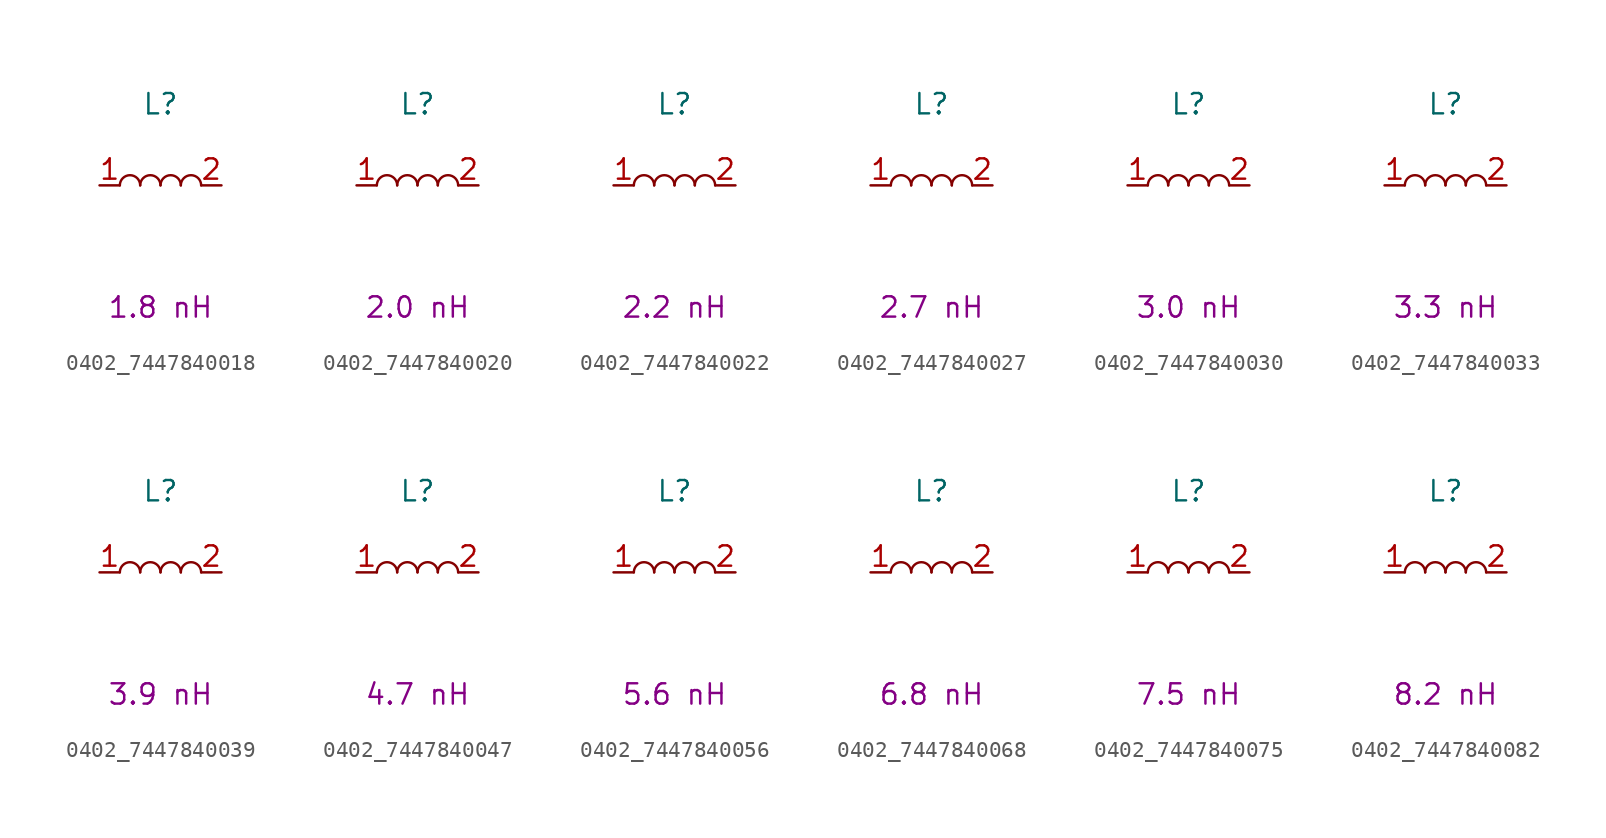
<source format=kicad_sym>
(kicad_symbol_lib
  (version 20220914)
  (generator kicad_symbol_editor)
  (symbol "0402_7447840018"
    (pin_names hide)
    (property "Reference" "L"
      (at 0 5.08 0)
      (effects (font (size 1.27 1.27))))
    (property "Critical Parameter" "1.8 nH"
      (at 0 -7.62 0)
      (effects (font (size 1.27 1.27))))
    (symbol "0402_7447840018_0_1"
      (arc (start -1.27 0) (mid -1.905 0.6323) (end -2.54 0) (stroke (width 0) (type default)) (fill (type none)))
      (arc (start 0 0) (mid -0.635 0.6323) (end -1.27 0) (stroke (width 0) (type default)) (fill (type none)))
      (arc (start 1.27 0) (mid 0.635 0.6323) (end 0 0) (stroke (width 0) (type default)) (fill (type none)))
      (arc (start 2.54 0) (mid 1.905 0.6323) (end 1.27 0) (stroke (width 0) (type default)) (fill (type none))))
    (symbol "0402_7447840018_1_1"
      (pin passive line (at -3.81 0 0) (length 1.27) (name "1" (effects (font (size 1.27 1.27)))) (number "1" (effects (font (size 1.27 1.27)))))
      (pin passive line (at 3.81 0 180) (length 1.27) (name "2" (effects (font (size 1.27 1.27)))) (number "2" (effects (font (size 1.27 1.27)))))))
  (symbol "0402_7447840020"
    (pin_names hide)
    (property "Reference" "L"
      (at 0 5.08 0)
      (effects (font (size 1.27 1.27))))
    (property "Critical Parameter" "2.0 nH"
      (at 0 -7.62 0)
      (effects (font (size 1.27 1.27))))
    (symbol "0402_7447840020_0_1"
      (arc (start -1.27 0) (mid -1.905 0.6323) (end -2.54 0) (stroke (width 0) (type default)) (fill (type none)))
      (arc (start 0 0) (mid -0.635 0.6323) (end -1.27 0) (stroke (width 0) (type default)) (fill (type none)))
      (arc (start 1.27 0) (mid 0.635 0.6323) (end 0 0) (stroke (width 0) (type default)) (fill (type none)))
      (arc (start 2.54 0) (mid 1.905 0.6323) (end 1.27 0) (stroke (width 0) (type default)) (fill (type none))))
    (symbol "0402_7447840020_1_1"
      (pin passive line (at -3.81 0 0) (length 1.27) (name "1" (effects (font (size 1.27 1.27)))) (number "1" (effects (font (size 1.27 1.27)))))
      (pin passive line (at 3.81 0 180) (length 1.27) (name "2" (effects (font (size 1.27 1.27)))) (number "2" (effects (font (size 1.27 1.27)))))))
  (symbol "0402_7447840022"
    (pin_names hide)
    (property "Reference" "L"
      (at 0 5.08 0)
      (effects (font (size 1.27 1.27))))
    (property "Critical Parameter" "2.2 nH"
      (at 0 -7.62 0)
      (effects (font (size 1.27 1.27))))
    (symbol "0402_7447840022_0_1"
      (arc (start -1.27 0) (mid -1.905 0.6323) (end -2.54 0) (stroke (width 0) (type default)) (fill (type none)))
      (arc (start 0 0) (mid -0.635 0.6323) (end -1.27 0) (stroke (width 0) (type default)) (fill (type none)))
      (arc (start 1.27 0) (mid 0.635 0.6323) (end 0 0) (stroke (width 0) (type default)) (fill (type none)))
      (arc (start 2.54 0) (mid 1.905 0.6323) (end 1.27 0) (stroke (width 0) (type default)) (fill (type none))))
    (symbol "0402_7447840022_1_1"
      (pin passive line (at -3.81 0 0) (length 1.27) (name "1" (effects (font (size 1.27 1.27)))) (number "1" (effects (font (size 1.27 1.27)))))
      (pin passive line (at 3.81 0 180) (length 1.27) (name "2" (effects (font (size 1.27 1.27)))) (number "2" (effects (font (size 1.27 1.27)))))))
  (symbol "0402_7447840027"
    (pin_names hide)
    (property "Reference" "L"
      (at 0 5.08 0)
      (effects (font (size 1.27 1.27))))
    (property "Critical Parameter" "2.7 nH"
      (at 0 -7.62 0)
      (effects (font (size 1.27 1.27))))
    (symbol "0402_7447840027_0_1"
      (arc (start -1.27 0) (mid -1.905 0.6323) (end -2.54 0) (stroke (width 0) (type default)) (fill (type none)))
      (arc (start 0 0) (mid -0.635 0.6323) (end -1.27 0) (stroke (width 0) (type default)) (fill (type none)))
      (arc (start 1.27 0) (mid 0.635 0.6323) (end 0 0) (stroke (width 0) (type default)) (fill (type none)))
      (arc (start 2.54 0) (mid 1.905 0.6323) (end 1.27 0) (stroke (width 0) (type default)) (fill (type none))))
    (symbol "0402_7447840027_1_1"
      (pin passive line (at -3.81 0 0) (length 1.27) (name "1" (effects (font (size 1.27 1.27)))) (number "1" (effects (font (size 1.27 1.27)))))
      (pin passive line (at 3.81 0 180) (length 1.27) (name "2" (effects (font (size 1.27 1.27)))) (number "2" (effects (font (size 1.27 1.27)))))))
  (symbol "0402_7447840030"
    (pin_names hide)
    (property "Reference" "L"
      (at 0 5.08 0)
      (effects (font (size 1.27 1.27))))
    (property "Critical Parameter" "3.0 nH"
      (at 0 -7.62 0)
      (effects (font (size 1.27 1.27))))
    (symbol "0402_7447840030_0_1"
      (arc (start -1.27 0) (mid -1.905 0.6323) (end -2.54 0) (stroke (width 0) (type default)) (fill (type none)))
      (arc (start 0 0) (mid -0.635 0.6323) (end -1.27 0) (stroke (width 0) (type default)) (fill (type none)))
      (arc (start 1.27 0) (mid 0.635 0.6323) (end 0 0) (stroke (width 0) (type default)) (fill (type none)))
      (arc (start 2.54 0) (mid 1.905 0.6323) (end 1.27 0) (stroke (width 0) (type default)) (fill (type none))))
    (symbol "0402_7447840030_1_1"
      (pin passive line (at -3.81 0 0) (length 1.27) (name "1" (effects (font (size 1.27 1.27)))) (number "1" (effects (font (size 1.27 1.27)))))
      (pin passive line (at 3.81 0 180) (length 1.27) (name "2" (effects (font (size 1.27 1.27)))) (number "2" (effects (font (size 1.27 1.27)))))))
  (symbol "0402_7447840033"
    (pin_names hide)
    (property "Reference" "L"
      (at 0 5.08 0)
      (effects (font (size 1.27 1.27))))
    (property "Critical Parameter" "3.3 nH"
      (at 0 -7.62 0)
      (effects (font (size 1.27 1.27))))
    (symbol "0402_7447840033_0_1"
      (arc (start -1.27 0) (mid -1.905 0.6323) (end -2.54 0) (stroke (width 0) (type default)) (fill (type none)))
      (arc (start 0 0) (mid -0.635 0.6323) (end -1.27 0) (stroke (width 0) (type default)) (fill (type none)))
      (arc (start 1.27 0) (mid 0.635 0.6323) (end 0 0) (stroke (width 0) (type default)) (fill (type none)))
      (arc (start 2.54 0) (mid 1.905 0.6323) (end 1.27 0) (stroke (width 0) (type default)) (fill (type none))))
    (symbol "0402_7447840033_1_1"
      (pin passive line (at -3.81 0 0) (length 1.27) (name "1" (effects (font (size 1.27 1.27)))) (number "1" (effects (font (size 1.27 1.27)))))
      (pin passive line (at 3.81 0 180) (length 1.27) (name "2" (effects (font (size 1.27 1.27)))) (number "2" (effects (font (size 1.27 1.27)))))))
  (symbol "0402_7447840039"
    (pin_names hide)
    (property "Reference" "L"
      (at 0 5.08 0)
      (effects (font (size 1.27 1.27))))
    (property "Critical Parameter" "3.9 nH"
      (at 0 -7.62 0)
      (effects (font (size 1.27 1.27))))
    (symbol "0402_7447840039_0_1"
      (arc (start -1.27 0) (mid -1.905 0.6323) (end -2.54 0) (stroke (width 0) (type default)) (fill (type none)))
      (arc (start 0 0) (mid -0.635 0.6323) (end -1.27 0) (stroke (width 0) (type default)) (fill (type none)))
      (arc (start 1.27 0) (mid 0.635 0.6323) (end 0 0) (stroke (width 0) (type default)) (fill (type none)))
      (arc (start 2.54 0) (mid 1.905 0.6323) (end 1.27 0) (stroke (width 0) (type default)) (fill (type none))))
    (symbol "0402_7447840039_1_1"
      (pin passive line (at -3.81 0 0) (length 1.27) (name "1" (effects (font (size 1.27 1.27)))) (number "1" (effects (font (size 1.27 1.27)))))
      (pin passive line (at 3.81 0 180) (length 1.27) (name "2" (effects (font (size 1.27 1.27)))) (number "2" (effects (font (size 1.27 1.27)))))))
  (symbol "0402_7447840047"
    (pin_names hide)
    (property "Reference" "L"
      (at 0 5.08 0)
      (effects (font (size 1.27 1.27))))
    (property "Critical Parameter" "4.7 nH"
      (at 0 -7.62 0)
      (effects (font (size 1.27 1.27))))
    (symbol "0402_7447840047_0_1"
      (arc (start -1.27 0) (mid -1.905 0.6323) (end -2.54 0) (stroke (width 0) (type default)) (fill (type none)))
      (arc (start 0 0) (mid -0.635 0.6323) (end -1.27 0) (stroke (width 0) (type default)) (fill (type none)))
      (arc (start 1.27 0) (mid 0.635 0.6323) (end 0 0) (stroke (width 0) (type default)) (fill (type none)))
      (arc (start 2.54 0) (mid 1.905 0.6323) (end 1.27 0) (stroke (width 0) (type default)) (fill (type none))))
    (symbol "0402_7447840047_1_1"
      (pin passive line (at -3.81 0 0) (length 1.27) (name "1" (effects (font (size 1.27 1.27)))) (number "1" (effects (font (size 1.27 1.27)))))
      (pin passive line (at 3.81 0 180) (length 1.27) (name "2" (effects (font (size 1.27 1.27)))) (number "2" (effects (font (size 1.27 1.27)))))))
  (symbol "0402_7447840056"
    (pin_names hide)
    (property "Reference" "L"
      (at 0 5.08 0)
      (effects (font (size 1.27 1.27))))
    (property "Critical Parameter" "5.6 nH"
      (at 0 -7.62 0)
      (effects (font (size 1.27 1.27))))
    (symbol "0402_7447840056_0_1"
      (arc (start -1.27 0) (mid -1.905 0.6323) (end -2.54 0) (stroke (width 0) (type default)) (fill (type none)))
      (arc (start 0 0) (mid -0.635 0.6323) (end -1.27 0) (stroke (width 0) (type default)) (fill (type none)))
      (arc (start 1.27 0) (mid 0.635 0.6323) (end 0 0) (stroke (width 0) (type default)) (fill (type none)))
      (arc (start 2.54 0) (mid 1.905 0.6323) (end 1.27 0) (stroke (width 0) (type default)) (fill (type none))))
    (symbol "0402_7447840056_1_1"
      (pin passive line (at -3.81 0 0) (length 1.27) (name "1" (effects (font (size 1.27 1.27)))) (number "1" (effects (font (size 1.27 1.27)))))
      (pin passive line (at 3.81 0 180) (length 1.27) (name "2" (effects (font (size 1.27 1.27)))) (number "2" (effects (font (size 1.27 1.27)))))))
  (symbol "0402_7447840068"
    (pin_names hide)
    (property "Reference" "L"
      (at 0 5.08 0)
      (effects (font (size 1.27 1.27))))
    (property "Critical Parameter" "6.8 nH"
      (at 0 -7.62 0)
      (effects (font (size 1.27 1.27))))
    (symbol "0402_7447840068_0_1"
      (arc (start -1.27 0) (mid -1.905 0.6323) (end -2.54 0) (stroke (width 0) (type default)) (fill (type none)))
      (arc (start 0 0) (mid -0.635 0.6323) (end -1.27 0) (stroke (width 0) (type default)) (fill (type none)))
      (arc (start 1.27 0) (mid 0.635 0.6323) (end 0 0) (stroke (width 0) (type default)) (fill (type none)))
      (arc (start 2.54 0) (mid 1.905 0.6323) (end 1.27 0) (stroke (width 0) (type default)) (fill (type none))))
    (symbol "0402_7447840068_1_1"
      (pin passive line (at -3.81 0 0) (length 1.27) (name "1" (effects (font (size 1.27 1.27)))) (number "1" (effects (font (size 1.27 1.27)))))
      (pin passive line (at 3.81 0 180) (length 1.27) (name "2" (effects (font (size 1.27 1.27)))) (number "2" (effects (font (size 1.27 1.27)))))))
  (symbol "0402_7447840075"
    (pin_names hide)
    (property "Reference" "L"
      (at 0 5.08 0)
      (effects (font (size 1.27 1.27))))
    (property "Critical Parameter" "7.5 nH"
      (at 0 -7.62 0)
      (effects (font (size 1.27 1.27))))
    (symbol "0402_7447840075_0_1"
      (arc (start -1.27 0) (mid -1.905 0.6323) (end -2.54 0) (stroke (width 0) (type default)) (fill (type none)))
      (arc (start 0 0) (mid -0.635 0.6323) (end -1.27 0) (stroke (width 0) (type default)) (fill (type none)))
      (arc (start 1.27 0) (mid 0.635 0.6323) (end 0 0) (stroke (width 0) (type default)) (fill (type none)))
      (arc (start 2.54 0) (mid 1.905 0.6323) (end 1.27 0) (stroke (width 0) (type default)) (fill (type none))))
    (symbol "0402_7447840075_1_1"
      (pin passive line (at -3.81 0 0) (length 1.27) (name "1" (effects (font (size 1.27 1.27)))) (number "1" (effects (font (size 1.27 1.27)))))
      (pin passive line (at 3.81 0 180) (length 1.27) (name "2" (effects (font (size 1.27 1.27)))) (number "2" (effects (font (size 1.27 1.27)))))))
  (symbol "0402_7447840082"
    (pin_names hide)
    (property "Reference" "L"
      (at 0 5.08 0)
      (effects (font (size 1.27 1.27))))
    (property "Critical Parameter" "8.2 nH"
      (at 0 -7.62 0)
      (effects (font (size 1.27 1.27))))
    (symbol "0402_7447840082_0_1"
      (arc (start -1.27 0) (mid -1.905 0.6323) (end -2.54 0) (stroke (width 0) (type default)) (fill (type none)))
      (arc (start 0 0) (mid -0.635 0.6323) (end -1.27 0) (stroke (width 0) (type default)) (fill (type none)))
      (arc (start 1.27 0) (mid 0.635 0.6323) (end 0 0) (stroke (width 0) (type default)) (fill (type none)))
      (arc (start 2.54 0) (mid 1.905 0.6323) (end 1.27 0) (stroke (width 0) (type default)) (fill (type none))))
    (symbol "0402_7447840082_1_1"
      (pin passive line (at -3.81 0 0) (length 1.27) (name "1" (effects (font (size 1.27 1.27)))) (number "1" (effects (font (size 1.27 1.27)))))
      (pin passive line (at 3.81 0 180) (length 1.27) (name "2" (effects (font (size 1.27 1.27)))) (number "2" (effects (font (size 1.27 1.27))))))))
</source>
